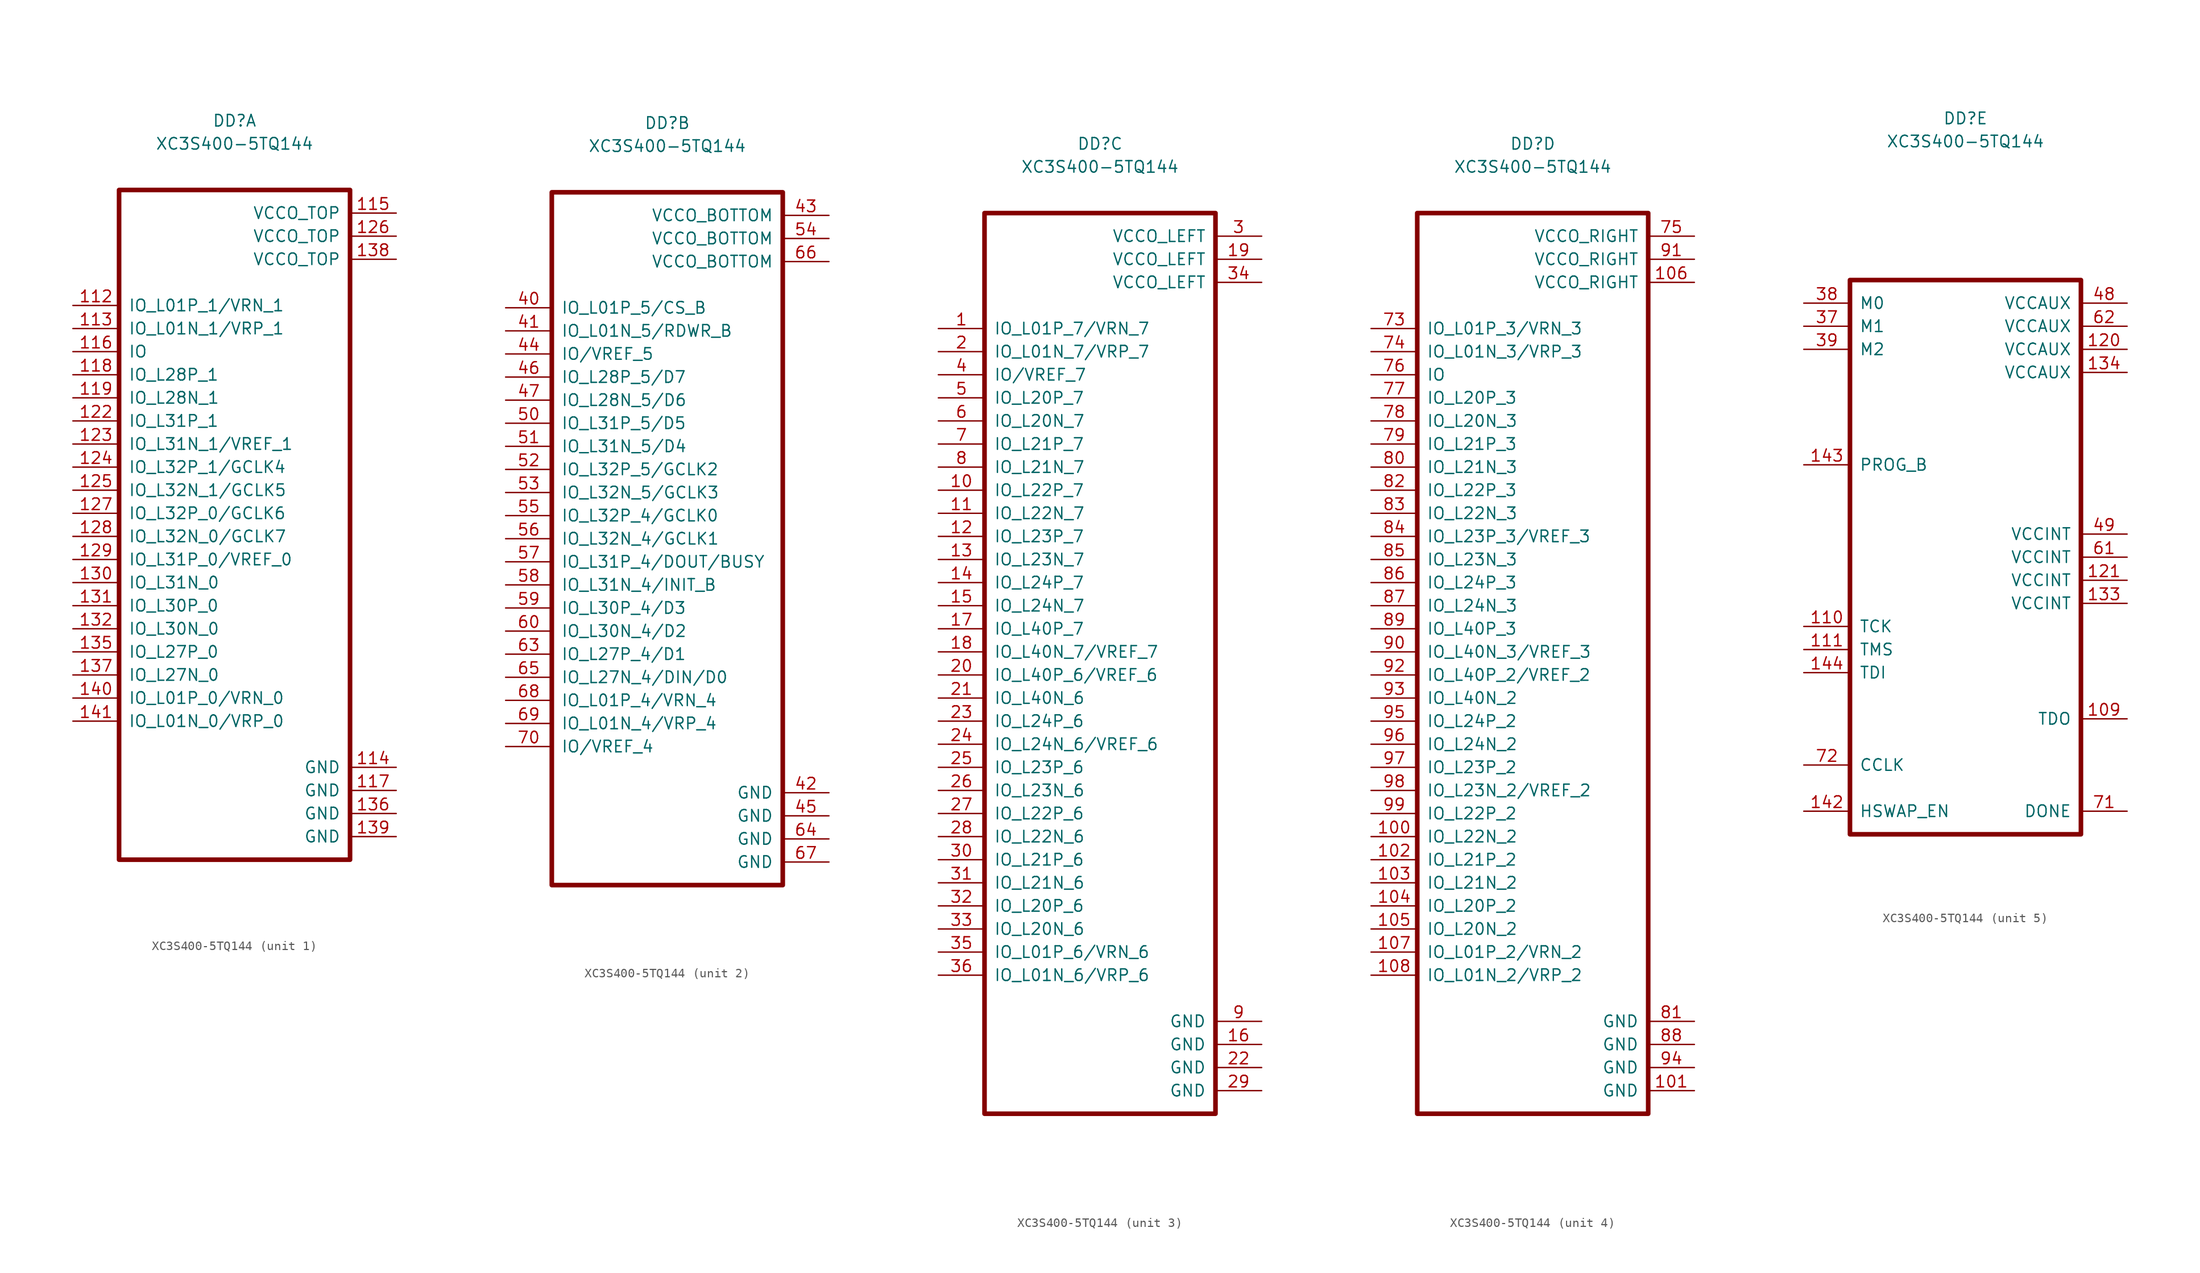
<source format=kicad_sym>
(kicad_symbol_lib
  (version 20211014)
  (generator kicad_symbol_editor)
  (symbol "XC3S400-5TQ144"
    (pin_names
      (offset 1.016))
    (property "Reference" "DD"
      (at 17.78 20.32 0)
      (effects (font (size 1.27 1.27))))
    (property "Value" "XC3S400-5TQ144"
      (at 17.78 17.78 0)
      (effects (font (size 1.27 1.27))))
    (property "ki_locked" ""
      (at 0 0 0)
      (effects (font (size 1.27 1.27))))
    (symbol "XC3S400-5TQ144_1_1"
      (rectangle (start 30.48 12.7) (end 5.08 -60.96) (stroke (width 0.508) (type default) (color 0 0 0 0)) (fill (type none)))
      (pin bidirectional line (at 0 0 0) (length 5.08) (name "IO_L01P_1/VRN_1" (effects (font (size 1.27 1.27)))) (number "112" (effects (font (size 1.27 1.27)))))
      (pin bidirectional line (at 0 -2.54 0) (length 5.08) (name "IO_L01N_1/VRP_1" (effects (font (size 1.27 1.27)))) (number "113" (effects (font (size 1.27 1.27)))))
      (pin power_in line (at 35.56 -50.8 180) (length 5.08) (name "GND" (effects (font (size 1.27 1.27)))) (number "114" (effects (font (size 1.27 1.27)))))
      (pin power_in line (at 35.56 10.16 180) (length 5.08) (name "VCCO_TOP" (effects (font (size 1.27 1.27)))) (number "115" (effects (font (size 1.27 1.27)))))
      (pin bidirectional line (at 0 -5.08 0) (length 5.08) (name "IO" (effects (font (size 1.27 1.27)))) (number "116" (effects (font (size 1.27 1.27)))))
      (pin power_in line (at 35.56 -53.34 180) (length 5.08) (name "GND" (effects (font (size 1.27 1.27)))) (number "117" (effects (font (size 1.27 1.27)))))
      (pin bidirectional line (at 0 -7.62 0) (length 5.08) (name "IO_L28P_1" (effects (font (size 1.27 1.27)))) (number "118" (effects (font (size 1.27 1.27)))))
      (pin bidirectional line (at 0 -10.16 0) (length 5.08) (name "IO_L28N_1" (effects (font (size 1.27 1.27)))) (number "119" (effects (font (size 1.27 1.27)))))
      (pin bidirectional line (at 0 -12.7 0) (length 5.08) (name "IO_L31P_1" (effects (font (size 1.27 1.27)))) (number "122" (effects (font (size 1.27 1.27)))))
      (pin bidirectional line (at 0 -15.24 0) (length 5.08) (name "IO_L31N_1/VREF_1" (effects (font (size 1.27 1.27)))) (number "123" (effects (font (size 1.27 1.27)))))
      (pin bidirectional line (at 0 -17.78 0) (length 5.08) (name "IO_L32P_1/GCLK4" (effects (font (size 1.27 1.27)))) (number "124" (effects (font (size 1.27 1.27)))))
      (pin bidirectional line (at 0 -20.32 0) (length 5.08) (name "IO_L32N_1/GCLK5" (effects (font (size 1.27 1.27)))) (number "125" (effects (font (size 1.27 1.27)))))
      (pin power_in line (at 35.56 7.62 180) (length 5.08) (name "VCCO_TOP" (effects (font (size 1.27 1.27)))) (number "126" (effects (font (size 1.27 1.27)))))
      (pin bidirectional line (at 0 -22.86 0) (length 5.08) (name "IO_L32P_0/GCLK6" (effects (font (size 1.27 1.27)))) (number "127" (effects (font (size 1.27 1.27)))))
      (pin bidirectional line (at 0 -25.4 0) (length 5.08) (name "IO_L32N_0/GCLK7" (effects (font (size 1.27 1.27)))) (number "128" (effects (font (size 1.27 1.27)))))
      (pin bidirectional line (at 0 -27.94 0) (length 5.08) (name "IO_L31P_0/VREF_0" (effects (font (size 1.27 1.27)))) (number "129" (effects (font (size 1.27 1.27)))))
      (pin bidirectional line (at 0 -30.48 0) (length 5.08) (name "IO_L31N_0" (effects (font (size 1.27 1.27)))) (number "130" (effects (font (size 1.27 1.27)))))
      (pin bidirectional line (at 0 -33.02 0) (length 5.08) (name "IO_L30P_0" (effects (font (size 1.27 1.27)))) (number "131" (effects (font (size 1.27 1.27)))))
      (pin bidirectional line (at 0 -35.56 0) (length 5.08) (name "IO_L30N_0" (effects (font (size 1.27 1.27)))) (number "132" (effects (font (size 1.27 1.27)))))
      (pin bidirectional line (at 0 -38.1 0) (length 5.08) (name "IO_L27P_0" (effects (font (size 1.27 1.27)))) (number "135" (effects (font (size 1.27 1.27)))))
      (pin power_in line (at 35.56 -55.88 180) (length 5.08) (name "GND" (effects (font (size 1.27 1.27)))) (number "136" (effects (font (size 1.27 1.27)))))
      (pin bidirectional line (at 0 -40.64 0) (length 5.08) (name "IO_L27N_0" (effects (font (size 1.27 1.27)))) (number "137" (effects (font (size 1.27 1.27)))))
      (pin power_in line (at 35.56 5.08 180) (length 5.08) (name "VCCO_TOP" (effects (font (size 1.27 1.27)))) (number "138" (effects (font (size 1.27 1.27)))))
      (pin power_in line (at 35.56 -58.42 180) (length 5.08) (name "GND" (effects (font (size 1.27 1.27)))) (number "139" (effects (font (size 1.27 1.27)))))
      (pin bidirectional line (at 0 -43.18 0) (length 5.08) (name "IO_L01P_0/VRN_0" (effects (font (size 1.27 1.27)))) (number "140" (effects (font (size 1.27 1.27)))))
      (pin bidirectional line (at 0 -45.72 0) (length 5.08) (name "IO_L01N_0/VRP_0" (effects (font (size 1.27 1.27)))) (number "141" (effects (font (size 1.27 1.27))))))
    (symbol "XC3S400-5TQ144_2_1"
      (rectangle (start 30.48 12.7) (end 5.08 -63.5) (stroke (width 0.508) (type default) (color 0 0 0 0)) (fill (type none)))
      (pin bidirectional line (at 0 0 0) (length 5.08) (name "IO_L01P_5/CS_B" (effects (font (size 1.27 1.27)))) (number "40" (effects (font (size 1.27 1.27)))))
      (pin bidirectional line (at 0 -2.54 0) (length 5.08) (name "IO_L01N_5/RDWR_B" (effects (font (size 1.27 1.27)))) (number "41" (effects (font (size 1.27 1.27)))))
      (pin power_in line (at 35.56 -53.34 180) (length 5.08) (name "GND" (effects (font (size 1.27 1.27)))) (number "42" (effects (font (size 1.27 1.27)))))
      (pin power_in line (at 35.56 10.16 180) (length 5.08) (name "VCCO_BOTTOM" (effects (font (size 1.27 1.27)))) (number "43" (effects (font (size 1.27 1.27)))))
      (pin bidirectional line (at 0 -5.08 0) (length 5.08) (name "IO/VREF_5" (effects (font (size 1.27 1.27)))) (number "44" (effects (font (size 1.27 1.27)))))
      (pin power_in line (at 35.56 -55.88 180) (length 5.08) (name "GND" (effects (font (size 1.27 1.27)))) (number "45" (effects (font (size 1.27 1.27)))))
      (pin bidirectional line (at 0 -7.62 0) (length 5.08) (name "IO_L28P_5/D7" (effects (font (size 1.27 1.27)))) (number "46" (effects (font (size 1.27 1.27)))))
      (pin bidirectional line (at 0 -10.16 0) (length 5.08) (name "IO_L28N_5/D6" (effects (font (size 1.27 1.27)))) (number "47" (effects (font (size 1.27 1.27)))))
      (pin bidirectional line (at 0 -12.7 0) (length 5.08) (name "IO_L31P_5/D5" (effects (font (size 1.27 1.27)))) (number "50" (effects (font (size 1.27 1.27)))))
      (pin bidirectional line (at 0 -15.24 0) (length 5.08) (name "IO_L31N_5/D4" (effects (font (size 1.27 1.27)))) (number "51" (effects (font (size 1.27 1.27)))))
      (pin bidirectional line (at 0 -17.78 0) (length 5.08) (name "IO_L32P_5/GCLK2" (effects (font (size 1.27 1.27)))) (number "52" (effects (font (size 1.27 1.27)))))
      (pin bidirectional line (at 0 -20.32 0) (length 5.08) (name "IO_L32N_5/GCLK3" (effects (font (size 1.27 1.27)))) (number "53" (effects (font (size 1.27 1.27)))))
      (pin power_in line (at 35.56 7.62 180) (length 5.08) (name "VCCO_BOTTOM" (effects (font (size 1.27 1.27)))) (number "54" (effects (font (size 1.27 1.27)))))
      (pin bidirectional line (at 0 -22.86 0) (length 5.08) (name "IO_L32P_4/GCLK0" (effects (font (size 1.27 1.27)))) (number "55" (effects (font (size 1.27 1.27)))))
      (pin bidirectional line (at 0 -25.4 0) (length 5.08) (name "IO_L32N_4/GCLK1" (effects (font (size 1.27 1.27)))) (number "56" (effects (font (size 1.27 1.27)))))
      (pin bidirectional line (at 0 -27.94 0) (length 5.08) (name "IO_L31P_4/DOUT/BUSY" (effects (font (size 1.27 1.27)))) (number "57" (effects (font (size 1.27 1.27)))))
      (pin bidirectional line (at 0 -30.48 0) (length 5.08) (name "IO_L31N_4/INIT_B" (effects (font (size 1.27 1.27)))) (number "58" (effects (font (size 1.27 1.27)))))
      (pin bidirectional line (at 0 -33.02 0) (length 5.08) (name "IO_L30P_4/D3" (effects (font (size 1.27 1.27)))) (number "59" (effects (font (size 1.27 1.27)))))
      (pin bidirectional line (at 0 -35.56 0) (length 5.08) (name "IO_L30N_4/D2" (effects (font (size 1.27 1.27)))) (number "60" (effects (font (size 1.27 1.27)))))
      (pin bidirectional line (at 0 -38.1 0) (length 5.08) (name "IO_L27P_4/D1" (effects (font (size 1.27 1.27)))) (number "63" (effects (font (size 1.27 1.27)))))
      (pin power_in line (at 35.56 -58.42 180) (length 5.08) (name "GND" (effects (font (size 1.27 1.27)))) (number "64" (effects (font (size 1.27 1.27)))))
      (pin bidirectional line (at 0 -40.64 0) (length 5.08) (name "IO_L27N_4/DIN/D0" (effects (font (size 1.27 1.27)))) (number "65" (effects (font (size 1.27 1.27)))))
      (pin power_in line (at 35.56 5.08 180) (length 5.08) (name "VCCO_BOTTOM" (effects (font (size 1.27 1.27)))) (number "66" (effects (font (size 1.27 1.27)))))
      (pin power_in line (at 35.56 -60.96 180) (length 5.08) (name "GND" (effects (font (size 1.27 1.27)))) (number "67" (effects (font (size 1.27 1.27)))))
      (pin bidirectional line (at 0 -43.18 0) (length 5.08) (name "IO_L01P_4/VRN_4" (effects (font (size 1.27 1.27)))) (number "68" (effects (font (size 1.27 1.27)))))
      (pin bidirectional line (at 0 -45.72 0) (length 5.08) (name "IO_L01N_4/VRP_4" (effects (font (size 1.27 1.27)))) (number "69" (effects (font (size 1.27 1.27)))))
      (pin bidirectional line (at 0 -48.26 0) (length 5.08) (name "IO/VREF_4" (effects (font (size 1.27 1.27)))) (number "70" (effects (font (size 1.27 1.27))))))
    (symbol "XC3S400-5TQ144_3_1"
      (rectangle (start 30.48 12.7) (end 5.08 -86.36) (stroke (width 0.508) (type default) (color 0 0 0 0)) (fill (type none)))
      (pin bidirectional line (at 0 0 0) (length 5.08) (name "IO_L01P_7/VRN_7" (effects (font (size 1.27 1.27)))) (number "1" (effects (font (size 1.27 1.27)))))
      (pin bidirectional line (at 0 -17.78 0) (length 5.08) (name "IO_L22P_7" (effects (font (size 1.27 1.27)))) (number "10" (effects (font (size 1.27 1.27)))))
      (pin bidirectional line (at 0 -20.32 0) (length 5.08) (name "IO_L22N_7" (effects (font (size 1.27 1.27)))) (number "11" (effects (font (size 1.27 1.27)))))
      (pin bidirectional line (at 0 -22.86 0) (length 5.08) (name "IO_L23P_7" (effects (font (size 1.27 1.27)))) (number "12" (effects (font (size 1.27 1.27)))))
      (pin bidirectional line (at 0 -25.4 0) (length 5.08) (name "IO_L23N_7" (effects (font (size 1.27 1.27)))) (number "13" (effects (font (size 1.27 1.27)))))
      (pin bidirectional line (at 0 -27.94 0) (length 5.08) (name "IO_L24P_7" (effects (font (size 1.27 1.27)))) (number "14" (effects (font (size 1.27 1.27)))))
      (pin bidirectional line (at 0 -30.48 0) (length 5.08) (name "IO_L24N_7" (effects (font (size 1.27 1.27)))) (number "15" (effects (font (size 1.27 1.27)))))
      (pin power_in line (at 35.56 -78.74 180) (length 5.08) (name "GND" (effects (font (size 1.27 1.27)))) (number "16" (effects (font (size 1.27 1.27)))))
      (pin bidirectional line (at 0 -33.02 0) (length 5.08) (name "IO_L40P_7" (effects (font (size 1.27 1.27)))) (number "17" (effects (font (size 1.27 1.27)))))
      (pin bidirectional line (at 0 -35.56 0) (length 5.08) (name "IO_L40N_7/VREF_7" (effects (font (size 1.27 1.27)))) (number "18" (effects (font (size 1.27 1.27)))))
      (pin power_in line (at 35.56 7.62 180) (length 5.08) (name "VCCO_LEFT" (effects (font (size 1.27 1.27)))) (number "19" (effects (font (size 1.27 1.27)))))
      (pin bidirectional line (at 0 -2.54 0) (length 5.08) (name "IO_L01N_7/VRP_7" (effects (font (size 1.27 1.27)))) (number "2" (effects (font (size 1.27 1.27)))))
      (pin bidirectional line (at 0 -38.1 0) (length 5.08) (name "IO_L40P_6/VREF_6" (effects (font (size 1.27 1.27)))) (number "20" (effects (font (size 1.27 1.27)))))
      (pin bidirectional line (at 0 -40.64 0) (length 5.08) (name "IO_L40N_6" (effects (font (size 1.27 1.27)))) (number "21" (effects (font (size 1.27 1.27)))))
      (pin power_in line (at 35.56 -81.28 180) (length 5.08) (name "GND" (effects (font (size 1.27 1.27)))) (number "22" (effects (font (size 1.27 1.27)))))
      (pin bidirectional line (at 0 -43.18 0) (length 5.08) (name "IO_L24P_6" (effects (font (size 1.27 1.27)))) (number "23" (effects (font (size 1.27 1.27)))))
      (pin bidirectional line (at 0 -45.72 0) (length 5.08) (name "IO_L24N_6/VREF_6" (effects (font (size 1.27 1.27)))) (number "24" (effects (font (size 1.27 1.27)))))
      (pin bidirectional line (at 0 -48.26 0) (length 5.08) (name "IO_L23P_6" (effects (font (size 1.27 1.27)))) (number "25" (effects (font (size 1.27 1.27)))))
      (pin bidirectional line (at 0 -50.8 0) (length 5.08) (name "IO_L23N_6" (effects (font (size 1.27 1.27)))) (number "26" (effects (font (size 1.27 1.27)))))
      (pin bidirectional line (at 0 -53.34 0) (length 5.08) (name "IO_L22P_6" (effects (font (size 1.27 1.27)))) (number "27" (effects (font (size 1.27 1.27)))))
      (pin bidirectional line (at 0 -55.88 0) (length 5.08) (name "IO_L22N_6" (effects (font (size 1.27 1.27)))) (number "28" (effects (font (size 1.27 1.27)))))
      (pin power_in line (at 35.56 -83.82 180) (length 5.08) (name "GND" (effects (font (size 1.27 1.27)))) (number "29" (effects (font (size 1.27 1.27)))))
      (pin power_in line (at 35.56 10.16 180) (length 5.08) (name "VCCO_LEFT" (effects (font (size 1.27 1.27)))) (number "3" (effects (font (size 1.27 1.27)))))
      (pin bidirectional line (at 0 -58.42 0) (length 5.08) (name "IO_L21P_6" (effects (font (size 1.27 1.27)))) (number "30" (effects (font (size 1.27 1.27)))))
      (pin bidirectional line (at 0 -60.96 0) (length 5.08) (name "IO_L21N_6" (effects (font (size 1.27 1.27)))) (number "31" (effects (font (size 1.27 1.27)))))
      (pin bidirectional line (at 0 -63.5 0) (length 5.08) (name "IO_L20P_6" (effects (font (size 1.27 1.27)))) (number "32" (effects (font (size 1.27 1.27)))))
      (pin bidirectional line (at 0 -66.04 0) (length 5.08) (name "IO_L20N_6" (effects (font (size 1.27 1.27)))) (number "33" (effects (font (size 1.27 1.27)))))
      (pin power_in line (at 35.56 5.08 180) (length 5.08) (name "VCCO_LEFT" (effects (font (size 1.27 1.27)))) (number "34" (effects (font (size 1.27 1.27)))))
      (pin bidirectional line (at 0 -68.58 0) (length 5.08) (name "IO_L01P_6/VRN_6" (effects (font (size 1.27 1.27)))) (number "35" (effects (font (size 1.27 1.27)))))
      (pin bidirectional line (at 0 -71.12 0) (length 5.08) (name "IO_L01N_6/VRP_6" (effects (font (size 1.27 1.27)))) (number "36" (effects (font (size 1.27 1.27)))))
      (pin bidirectional line (at 0 -5.08 0) (length 5.08) (name "IO/VREF_7" (effects (font (size 1.27 1.27)))) (number "4" (effects (font (size 1.27 1.27)))))
      (pin bidirectional line (at 0 -7.62 0) (length 5.08) (name "IO_L20P_7" (effects (font (size 1.27 1.27)))) (number "5" (effects (font (size 1.27 1.27)))))
      (pin bidirectional line (at 0 -10.16 0) (length 5.08) (name "IO_L20N_7" (effects (font (size 1.27 1.27)))) (number "6" (effects (font (size 1.27 1.27)))))
      (pin bidirectional line (at 0 -12.7 0) (length 5.08) (name "IO_L21P_7" (effects (font (size 1.27 1.27)))) (number "7" (effects (font (size 1.27 1.27)))))
      (pin bidirectional line (at 0 -15.24 0) (length 5.08) (name "IO_L21N_7" (effects (font (size 1.27 1.27)))) (number "8" (effects (font (size 1.27 1.27)))))
      (pin power_in line (at 35.56 -76.2 180) (length 5.08) (name "GND" (effects (font (size 1.27 1.27)))) (number "9" (effects (font (size 1.27 1.27))))))
    (symbol "XC3S400-5TQ144_4_1"
      (rectangle (start 30.48 12.7) (end 5.08 -86.36) (stroke (width 0.508) (type default) (color 0 0 0 0)) (fill (type none)))
      (pin bidirectional line (at 0 -55.88 0) (length 5.08) (name "IO_L22N_2" (effects (font (size 1.27 1.27)))) (number "100" (effects (font (size 1.27 1.27)))))
      (pin power_in line (at 35.56 -83.82 180) (length 5.08) (name "GND" (effects (font (size 1.27 1.27)))) (number "101" (effects (font (size 1.27 1.27)))))
      (pin bidirectional line (at 0 -58.42 0) (length 5.08) (name "IO_L21P_2" (effects (font (size 1.27 1.27)))) (number "102" (effects (font (size 1.27 1.27)))))
      (pin bidirectional line (at 0 -60.96 0) (length 5.08) (name "IO_L21N_2" (effects (font (size 1.27 1.27)))) (number "103" (effects (font (size 1.27 1.27)))))
      (pin bidirectional line (at 0 -63.5 0) (length 5.08) (name "IO_L20P_2" (effects (font (size 1.27 1.27)))) (number "104" (effects (font (size 1.27 1.27)))))
      (pin bidirectional line (at 0 -66.04 0) (length 5.08) (name "IO_L20N_2" (effects (font (size 1.27 1.27)))) (number "105" (effects (font (size 1.27 1.27)))))
      (pin power_in line (at 35.56 5.08 180) (length 5.08) (name "VCCO_RIGHT" (effects (font (size 1.27 1.27)))) (number "106" (effects (font (size 1.27 1.27)))))
      (pin bidirectional line (at 0 -68.58 0) (length 5.08) (name "IO_L01P_2/VRN_2" (effects (font (size 1.27 1.27)))) (number "107" (effects (font (size 1.27 1.27)))))
      (pin bidirectional line (at 0 -71.12 0) (length 5.08) (name "IO_L01N_2/VRP_2" (effects (font (size 1.27 1.27)))) (number "108" (effects (font (size 1.27 1.27)))))
      (pin bidirectional line (at 0 0 0) (length 5.08) (name "IO_L01P_3/VRN_3" (effects (font (size 1.27 1.27)))) (number "73" (effects (font (size 1.27 1.27)))))
      (pin bidirectional line (at 0 -2.54 0) (length 5.08) (name "IO_L01N_3/VRP_3" (effects (font (size 1.27 1.27)))) (number "74" (effects (font (size 1.27 1.27)))))
      (pin power_in line (at 35.56 10.16 180) (length 5.08) (name "VCCO_RIGHT" (effects (font (size 1.27 1.27)))) (number "75" (effects (font (size 1.27 1.27)))))
      (pin bidirectional line (at 0 -5.08 0) (length 5.08) (name "IO" (effects (font (size 1.27 1.27)))) (number "76" (effects (font (size 1.27 1.27)))))
      (pin bidirectional line (at 0 -7.62 0) (length 5.08) (name "IO_L20P_3" (effects (font (size 1.27 1.27)))) (number "77" (effects (font (size 1.27 1.27)))))
      (pin bidirectional line (at 0 -10.16 0) (length 5.08) (name "IO_L20N_3" (effects (font (size 1.27 1.27)))) (number "78" (effects (font (size 1.27 1.27)))))
      (pin bidirectional line (at 0 -12.7 0) (length 5.08) (name "IO_L21P_3" (effects (font (size 1.27 1.27)))) (number "79" (effects (font (size 1.27 1.27)))))
      (pin bidirectional line (at 0 -15.24 0) (length 5.08) (name "IO_L21N_3" (effects (font (size 1.27 1.27)))) (number "80" (effects (font (size 1.27 1.27)))))
      (pin power_in line (at 35.56 -76.2 180) (length 5.08) (name "GND" (effects (font (size 1.27 1.27)))) (number "81" (effects (font (size 1.27 1.27)))))
      (pin bidirectional line (at 0 -17.78 0) (length 5.08) (name "IO_L22P_3" (effects (font (size 1.27 1.27)))) (number "82" (effects (font (size 1.27 1.27)))))
      (pin bidirectional line (at 0 -20.32 0) (length 5.08) (name "IO_L22N_3" (effects (font (size 1.27 1.27)))) (number "83" (effects (font (size 1.27 1.27)))))
      (pin bidirectional line (at 0 -22.86 0) (length 5.08) (name "IO_L23P_3/VREF_3" (effects (font (size 1.27 1.27)))) (number "84" (effects (font (size 1.27 1.27)))))
      (pin bidirectional line (at 0 -25.4 0) (length 5.08) (name "IO_L23N_3" (effects (font (size 1.27 1.27)))) (number "85" (effects (font (size 1.27 1.27)))))
      (pin bidirectional line (at 0 -27.94 0) (length 5.08) (name "IO_L24P_3" (effects (font (size 1.27 1.27)))) (number "86" (effects (font (size 1.27 1.27)))))
      (pin bidirectional line (at 0 -30.48 0) (length 5.08) (name "IO_L24N_3" (effects (font (size 1.27 1.27)))) (number "87" (effects (font (size 1.27 1.27)))))
      (pin power_in line (at 35.56 -78.74 180) (length 5.08) (name "GND" (effects (font (size 1.27 1.27)))) (number "88" (effects (font (size 1.27 1.27)))))
      (pin bidirectional line (at 0 -33.02 0) (length 5.08) (name "IO_L40P_3" (effects (font (size 1.27 1.27)))) (number "89" (effects (font (size 1.27 1.27)))))
      (pin bidirectional line (at 0 -35.56 0) (length 5.08) (name "IO_L40N_3/VREF_3" (effects (font (size 1.27 1.27)))) (number "90" (effects (font (size 1.27 1.27)))))
      (pin power_in line (at 35.56 7.62 180) (length 5.08) (name "VCCO_RIGHT" (effects (font (size 1.27 1.27)))) (number "91" (effects (font (size 1.27 1.27)))))
      (pin bidirectional line (at 0 -38.1 0) (length 5.08) (name "IO_L40P_2/VREF_2" (effects (font (size 1.27 1.27)))) (number "92" (effects (font (size 1.27 1.27)))))
      (pin bidirectional line (at 0 -40.64 0) (length 5.08) (name "IO_L40N_2" (effects (font (size 1.27 1.27)))) (number "93" (effects (font (size 1.27 1.27)))))
      (pin power_in line (at 35.56 -81.28 180) (length 5.08) (name "GND" (effects (font (size 1.27 1.27)))) (number "94" (effects (font (size 1.27 1.27)))))
      (pin bidirectional line (at 0 -43.18 0) (length 5.08) (name "IO_L24P_2" (effects (font (size 1.27 1.27)))) (number "95" (effects (font (size 1.27 1.27)))))
      (pin bidirectional line (at 0 -45.72 0) (length 5.08) (name "IO_L24N_2" (effects (font (size 1.27 1.27)))) (number "96" (effects (font (size 1.27 1.27)))))
      (pin bidirectional line (at 0 -48.26 0) (length 5.08) (name "IO_L23P_2" (effects (font (size 1.27 1.27)))) (number "97" (effects (font (size 1.27 1.27)))))
      (pin bidirectional line (at 0 -50.8 0) (length 5.08) (name "IO_L23N_2/VREF_2" (effects (font (size 1.27 1.27)))) (number "98" (effects (font (size 1.27 1.27)))))
      (pin bidirectional line (at 0 -53.34 0) (length 5.08) (name "IO_L22P_2" (effects (font (size 1.27 1.27)))) (number "99" (effects (font (size 1.27 1.27))))))
    (symbol "XC3S400-5TQ144_5_1"
      (rectangle (start 30.48 2.54) (end 5.08 -58.42) (stroke (width 0.508) (type default) (color 0 0 0 0)) (fill (type none)))
      (pin bidirectional line (at 35.56 -45.72 180) (length 5.08) (name "TDO" (effects (font (size 1.27 1.27)))) (number "109" (effects (font (size 1.27 1.27)))))
      (pin bidirectional line (at 0 -35.56 0) (length 5.08) (name "TCK" (effects (font (size 1.27 1.27)))) (number "110" (effects (font (size 1.27 1.27)))))
      (pin bidirectional line (at 0 -38.1 0) (length 5.08) (name "TMS" (effects (font (size 1.27 1.27)))) (number "111" (effects (font (size 1.27 1.27)))))
      (pin power_in line (at 35.56 -5.08 180) (length 5.08) (name "VCCAUX" (effects (font (size 1.27 1.27)))) (number "120" (effects (font (size 1.27 1.27)))))
      (pin power_in line (at 35.56 -30.48 180) (length 5.08) (name "VCCINT" (effects (font (size 1.27 1.27)))) (number "121" (effects (font (size 1.27 1.27)))))
      (pin power_in line (at 35.56 -33.02 180) (length 5.08) (name "VCCINT" (effects (font (size 1.27 1.27)))) (number "133" (effects (font (size 1.27 1.27)))))
      (pin power_in line (at 35.56 -7.62 180) (length 5.08) (name "VCCAUX" (effects (font (size 1.27 1.27)))) (number "134" (effects (font (size 1.27 1.27)))))
      (pin bidirectional line (at 0 -55.88 0) (length 5.08) (name "HSWAP_EN" (effects (font (size 1.27 1.27)))) (number "142" (effects (font (size 1.27 1.27)))))
      (pin bidirectional line (at 0 -17.78 0) (length 5.08) (name "PROG_B" (effects (font (size 1.27 1.27)))) (number "143" (effects (font (size 1.27 1.27)))))
      (pin bidirectional line (at 0 -40.64 0) (length 5.08) (name "TDI" (effects (font (size 1.27 1.27)))) (number "144" (effects (font (size 1.27 1.27)))))
      (pin bidirectional line (at 0 -2.54 0) (length 5.08) (name "M1" (effects (font (size 1.27 1.27)))) (number "37" (effects (font (size 1.27 1.27)))))
      (pin bidirectional line (at 0 0 0) (length 5.08) (name "M0" (effects (font (size 1.27 1.27)))) (number "38" (effects (font (size 1.27 1.27)))))
      (pin bidirectional line (at 0 -5.08 0) (length 5.08) (name "M2" (effects (font (size 1.27 1.27)))) (number "39" (effects (font (size 1.27 1.27)))))
      (pin power_in line (at 35.56 0 180) (length 5.08) (name "VCCAUX" (effects (font (size 1.27 1.27)))) (number "48" (effects (font (size 1.27 1.27)))))
      (pin power_in line (at 35.56 -25.4 180) (length 5.08) (name "VCCINT" (effects (font (size 1.27 1.27)))) (number "49" (effects (font (size 1.27 1.27)))))
      (pin power_in line (at 35.56 -27.94 180) (length 5.08) (name "VCCINT" (effects (font (size 1.27 1.27)))) (number "61" (effects (font (size 1.27 1.27)))))
      (pin power_in line (at 35.56 -2.54 180) (length 5.08) (name "VCCAUX" (effects (font (size 1.27 1.27)))) (number "62" (effects (font (size 1.27 1.27)))))
      (pin bidirectional line (at 35.56 -55.88 180) (length 5.08) (name "DONE" (effects (font (size 1.27 1.27)))) (number "71" (effects (font (size 1.27 1.27)))))
      (pin bidirectional line (at 0 -50.8 0) (length 5.08) (name "CCLK" (effects (font (size 1.27 1.27)))) (number "72" (effects (font (size 1.27 1.27))))))))
</source>
